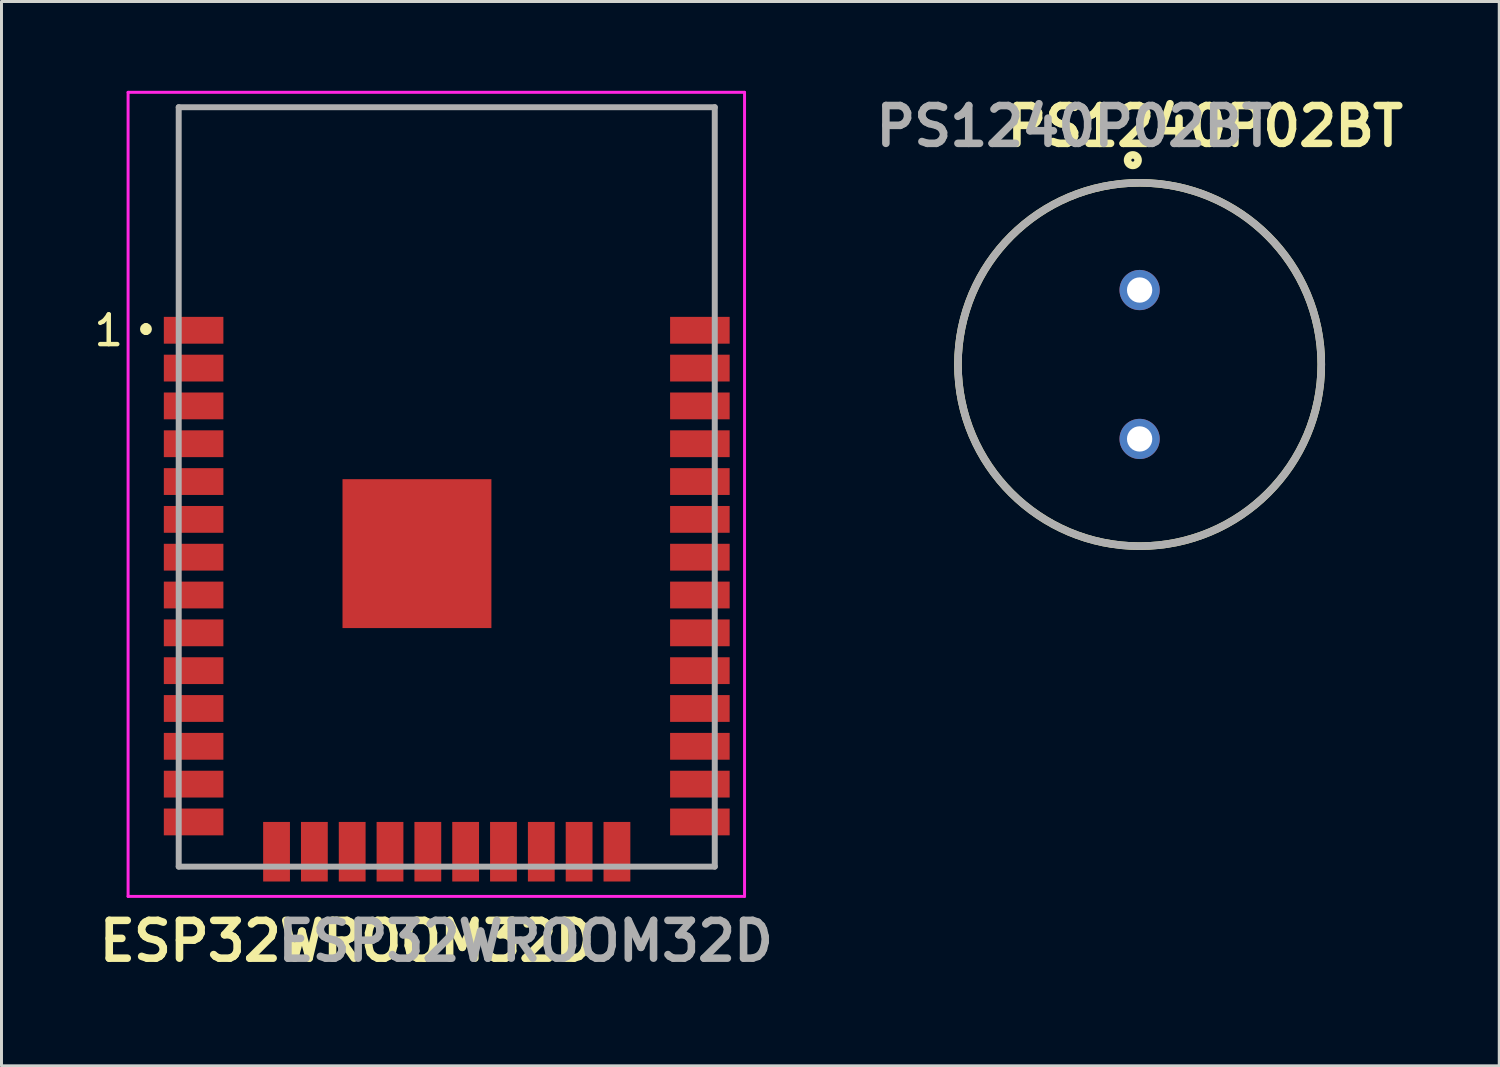
<source format=kicad_pcb>
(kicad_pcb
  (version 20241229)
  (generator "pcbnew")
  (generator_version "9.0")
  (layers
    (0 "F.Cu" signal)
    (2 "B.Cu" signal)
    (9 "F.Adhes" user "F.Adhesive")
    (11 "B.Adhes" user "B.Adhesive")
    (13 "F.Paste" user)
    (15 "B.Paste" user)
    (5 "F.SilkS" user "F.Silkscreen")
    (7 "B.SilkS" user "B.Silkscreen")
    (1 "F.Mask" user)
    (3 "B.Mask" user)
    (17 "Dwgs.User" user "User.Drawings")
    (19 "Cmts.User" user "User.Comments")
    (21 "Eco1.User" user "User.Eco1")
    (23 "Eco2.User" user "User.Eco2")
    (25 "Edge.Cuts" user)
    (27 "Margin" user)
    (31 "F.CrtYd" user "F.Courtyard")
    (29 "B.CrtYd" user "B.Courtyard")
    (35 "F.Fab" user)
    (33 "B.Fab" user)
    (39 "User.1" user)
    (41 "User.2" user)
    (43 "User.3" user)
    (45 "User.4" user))
  (footprint "PS1240P02BT"
    (layer "F.Cu")
    (at 35.217 9.189)
    (property "Reference" "PS1240P02BT" (at 2.2 -8 0) (layer "F.SilkS") (effects (font (size 1.27 1.27) (thickness 0.254))))
    (attr through_hole)
    (fp_circle (center -0.228 -6.861) (end -0.228 -6.811) (stroke (width 0.254) (type solid)) (fill no) (layer "F.SilkS"))
    (fp_circle (center 0 0) (end 0 6.1) (stroke (width 0.254) (type solid)) (fill no) (layer "F.SilkS"))
    (fp_circle (center 0 0) (end 0 6.1) (stroke (width 0.254) (type solid)) (fill no) (layer "F.Fab"))
    (fp_text user "${REFERENCE}" (at -2.2 -8 0) (layer "F.Fab") (effects (font (size 1.27 1.27) (thickness 0.254))))
    (pad "1" thru_hole circle (at 0 -2.5) (size 1.35 1.35) (drill 0.85) (layers "*.Cu" "*.Mask"))
    (pad "2" thru_hole circle (at 0 2.5) (size 1.35 1.35) (drill 0.85) (layers "*.Cu" "*.Mask")))
  (footprint "ESP32WROOM32D"
    (layer "F.Cu")
    (at 11.601 13.55)
    (property "Reference" "ESP32WROOM32D" (at -3 15 0) (layer "F.SilkS") (effects (font (size 1.27 1.27) (thickness 0.254))))
    (attr smd)
    (fp_line (start -9.75 -5.65) (end -9.75 -5.65) (stroke (width 0.2) (type solid)) (layer "F.SilkS"))
    (fp_line (start -9.75 -5.45) (end -9.75 -5.45) (stroke (width 0.2) (type solid)) (layer "F.SilkS"))
    (fp_line (start -8.65 -13) (end 9.35 -13) (stroke (width 0.1) (type solid)) (layer "F.SilkS"))
    (fp_line (start -8.65 -6.75) (end -8.65 -13) (stroke (width 0.1) (type solid)) (layer "F.SilkS"))
    (fp_line (start -8.65 12) (end -8.65 12.5) (stroke (width 0.1) (type solid)) (layer "F.SilkS"))
    (fp_line (start -8.65 12.5) (end -6.65 12.5) (stroke (width 0.1) (type solid)) (layer "F.SilkS"))
    (fp_line (start 7.35 12.5) (end 9.35 12.5) (stroke (width 0.1) (type solid)) (layer "F.SilkS"))
    (fp_line (start 9.35 -13) (end 9.35 -6.75) (stroke (width 0.1) (type solid)) (layer "F.SilkS"))
    (fp_line (start 9.35 12.5) (end 9.35 12) (stroke (width 0.1) (type solid)) (layer "F.SilkS"))
    (fp_arc (start -9.75 -5.65) (mid -9.65 -5.55) (end -9.75 -5.45) (stroke (width 0.2) (type solid)) (layer "F.SilkS"))
    (fp_arc (start -9.75 -5.45) (mid -9.85 -5.55) (end -9.75 -5.65) (stroke (width 0.2) (type solid)) (layer "F.SilkS"))
    (fp_line (start -10.35 -13.5) (end 10.35 -13.5) (stroke (width 0.1) (type solid)) (layer "F.CrtYd"))
    (fp_line (start -10.35 13.5) (end -10.35 -13.5) (stroke (width 0.1) (type solid)) (layer "F.CrtYd"))
    (fp_line (start 10.35 -13.5) (end 10.35 13.5) (stroke (width 0.1) (type solid)) (layer "F.CrtYd"))
    (fp_line (start 10.35 13.5) (end -10.35 13.5) (stroke (width 0.1) (type solid)) (layer "F.CrtYd"))
    (fp_line (start -8.65 -13) (end 9.35 -13) (stroke (width 0.2) (type solid)) (layer "F.Fab"))
    (fp_line (start -8.65 12.5) (end -8.65 -13) (stroke (width 0.2) (type solid)) (layer "F.Fab"))
    (fp_line (start 9.35 -13) (end 9.35 12.5) (stroke (width 0.2) (type solid)) (layer "F.Fab"))
    (fp_line (start 9.35 12.5) (end -8.65 12.5) (stroke (width 0.2) (type solid)) (layer "F.Fab"))
    (fp_text user "1" (at -11 -5.5 0) (layer "F.SilkS") (effects (font (size 1 1) (thickness 0.15))))
    (fp_text user "${REFERENCE}" (at 3 15 0) (layer "F.Fab") (effects (font (size 1.27 1.27) (thickness 0.254))))
    (pad "1" smd rect (at -8.15 -5.51 90) (size 0.9 2) (layers "F.Cu" "F.Mask" "F.Paste"))
    (pad "2" smd rect (at -8.15 -4.24 90) (size 0.9 2) (layers "F.Cu" "F.Mask" "F.Paste"))
    (pad "3" smd rect (at -8.15 -2.97 90) (size 0.9 2) (layers "F.Cu" "F.Mask" "F.Paste"))
    (pad "4" smd rect (at -8.15 -1.7 90) (size 0.9 2) (layers "F.Cu" "F.Mask" "F.Paste"))
    (pad "5" smd rect (at -8.15 -0.43 90) (size 0.9 2) (layers "F.Cu" "F.Mask" "F.Paste"))
    (pad "6" smd rect (at -8.15 0.84 90) (size 0.9 2) (layers "F.Cu" "F.Mask" "F.Paste"))
    (pad "7" smd rect (at -8.15 2.11 90) (size 0.9 2) (layers "F.Cu" "F.Mask" "F.Paste"))
    (pad "8" smd rect (at -8.15 3.38 90) (size 0.9 2) (layers "F.Cu" "F.Mask" "F.Paste"))
    (pad "9" smd rect (at -8.15 4.65 90) (size 0.9 2) (layers "F.Cu" "F.Mask" "F.Paste"))
    (pad "10" smd rect (at -8.15 5.92 90) (size 0.9 2) (layers "F.Cu" "F.Mask" "F.Paste"))
    (pad "11" smd rect (at -8.15 7.19 90) (size 0.9 2) (layers "F.Cu" "F.Mask" "F.Paste"))
    (pad "12" smd rect (at -8.15 8.46 90) (size 0.9 2) (layers "F.Cu" "F.Mask" "F.Paste"))
    (pad "13" smd rect (at -8.15 9.73 90) (size 0.9 2) (layers "F.Cu" "F.Mask" "F.Paste"))
    (pad "14" smd rect (at -8.15 11 90) (size 0.9 2) (layers "F.Cu" "F.Mask" "F.Paste"))
    (pad "15" smd rect (at -5.365 12) (size 0.9 2) (layers "F.Cu" "F.Mask" "F.Paste"))
    (pad "16" smd rect (at -4.095 12) (size 0.9 2) (layers "F.Cu" "F.Mask" "F.Paste"))
    (pad "17" smd rect (at -2.825 12) (size 0.9 2) (layers "F.Cu" "F.Mask" "F.Paste"))
    (pad "18" smd rect (at -1.555 12) (size 0.9 2) (layers "F.Cu" "F.Mask" "F.Paste"))
    (pad "19" smd rect (at -0.285 12) (size 0.9 2) (layers "F.Cu" "F.Mask" "F.Paste"))
    (pad "20" smd rect (at 0.985 12) (size 0.9 2) (layers "F.Cu" "F.Mask" "F.Paste"))
    (pad "21" smd rect (at 2.255 12) (size 0.9 2) (layers "F.Cu" "F.Mask" "F.Paste"))
    (pad "22" smd rect (at 3.525 12) (size 0.9 2) (layers "F.Cu" "F.Mask" "F.Paste"))
    (pad "23" smd rect (at 4.795 12) (size 0.9 2) (layers "F.Cu" "F.Mask" "F.Paste"))
    (pad "24" smd rect (at 6.065 12) (size 0.9 2) (layers "F.Cu" "F.Mask" "F.Paste"))
    (pad "25" smd rect (at 8.85 11 90) (size 0.9 2) (layers "F.Cu" "F.Mask" "F.Paste"))
    (pad "26" smd rect (at 8.85 9.73 90) (size 0.9 2) (layers "F.Cu" "F.Mask" "F.Paste"))
    (pad "27" smd rect (at 8.85 8.46 90) (size 0.9 2) (layers "F.Cu" "F.Mask" "F.Paste"))
    (pad "28" smd rect (at 8.85 7.19 90) (size 0.9 2) (layers "F.Cu" "F.Mask" "F.Paste"))
    (pad "29" smd rect (at 8.85 5.92 90) (size 0.9 2) (layers "F.Cu" "F.Mask" "F.Paste"))
    (pad "30" smd rect (at 8.85 4.65 90) (size 0.9 2) (layers "F.Cu" "F.Mask" "F.Paste"))
    (pad "31" smd rect (at 8.85 3.38 90) (size 0.9 2) (layers "F.Cu" "F.Mask" "F.Paste"))
    (pad "32" smd rect (at 8.85 2.11 90) (size 0.9 2) (layers "F.Cu" "F.Mask" "F.Paste"))
    (pad "33" smd rect (at 8.85 0.84 90) (size 0.9 2) (layers "F.Cu" "F.Mask" "F.Paste"))
    (pad "34" smd rect (at 8.85 -0.43 90) (size 0.9 2) (layers "F.Cu" "F.Mask" "F.Paste"))
    (pad "35" smd rect (at 8.85 -1.7 90) (size 0.9 2) (layers "F.Cu" "F.Mask" "F.Paste"))
    (pad "36" smd rect (at 8.85 -2.97 90) (size 0.9 2) (layers "F.Cu" "F.Mask" "F.Paste"))
    (pad "37" smd rect (at 8.85 -4.24 90) (size 0.9 2) (layers "F.Cu" "F.Mask" "F.Paste"))
    (pad "38" smd rect (at 8.85 -5.51 90) (size 0.9 2) (layers "F.Cu" "F.Mask" "F.Paste"))
    (pad "39" smd rect (at -0.65 1.99 90) (size 5 5) (layers "F.Cu" "F.Mask" "F.Paste")))
  (gr_rect
    (start -3 -3)
    (end 47.293 32.739)
    (stroke (width 0.1) (type default))
    (fill no)
    (layer "Edge.Cuts")))
</source>
